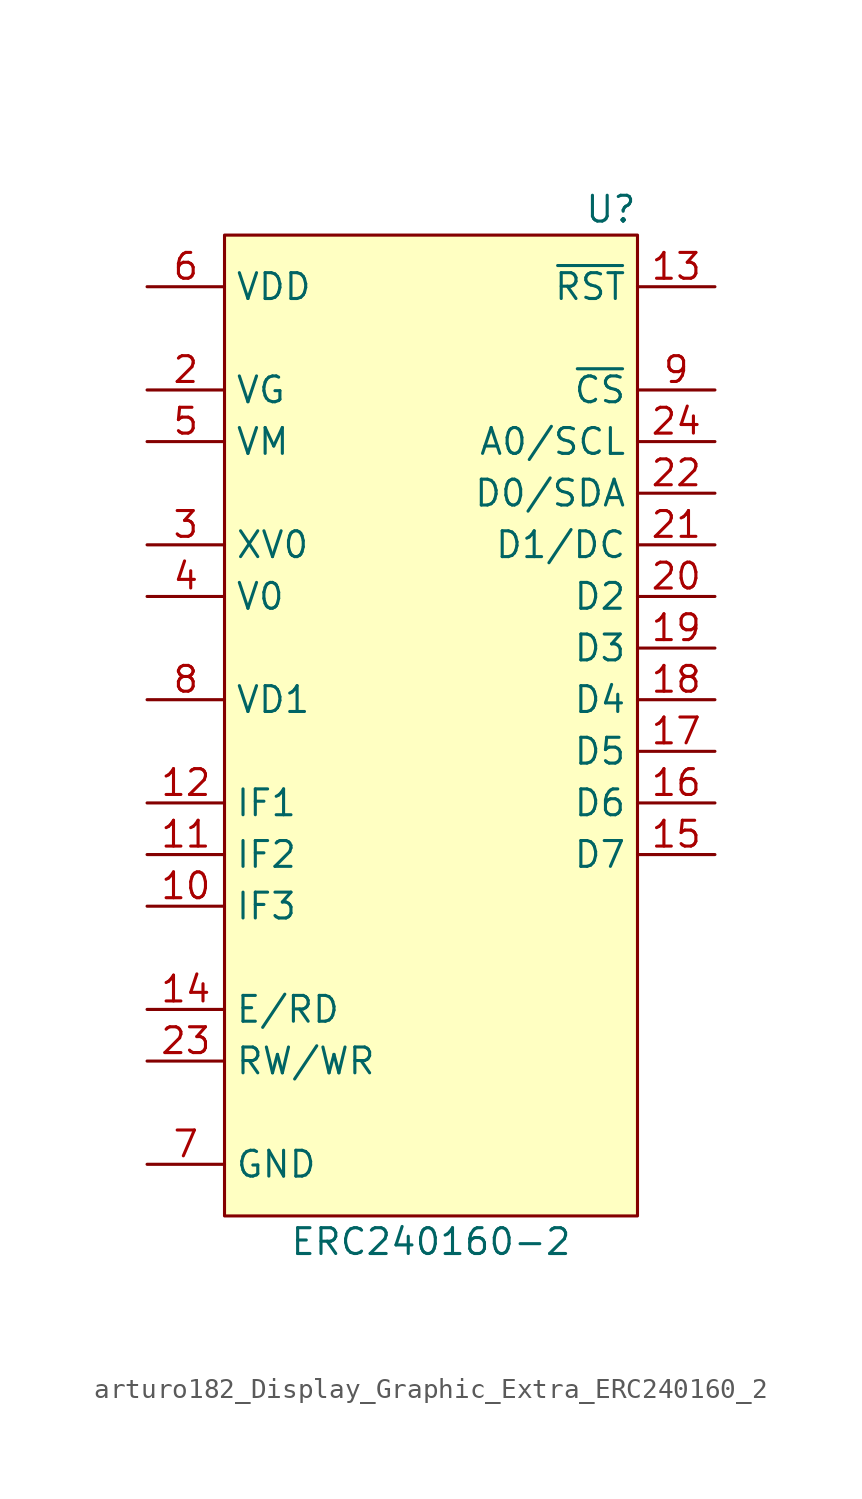
<source format=kicad_sym>
(kicad_symbol_lib
  (version 20220914)
  (generator kicad_symbol_editor)
  (symbol "arturo182_Display_Graphic_Extra_ERC240160_2"
    (property "Reference" "U"
      (at 10.16 25.4 0)
      (effects (font (size 1.27 1.27)) (justify right)))
    (property "Value" "ERC240160-2"
      (at 0 -25.4 0)
      (effects (font (size 1.27 1.27))))
    (symbol "arturo182_Display_Graphic_Extra_ERC240160_2_0_1"
      (rectangle (start -10.16 24.13) (end 10.16 -24.13) (stroke (width 0) (type default)) (fill (type background))))
    (symbol "arturo182_Display_Graphic_Extra_ERC240160_2_1_1"
      (pin passive line (at -13.97 -21.59 0) (length 3.81) hide (name "ESD" (effects (font (size 1.27 1.27)))) (number "1" (effects (font (size 1.27 1.27)))))
      (pin input line (at -13.97 -8.89 0) (length 3.81) (name "IF3" (effects (font (size 1.27 1.27)))) (number "10" (effects (font (size 1.27 1.27)))))
      (pin input line (at -13.97 -6.35 0) (length 3.81) (name "IF2" (effects (font (size 1.27 1.27)))) (number "11" (effects (font (size 1.27 1.27)))))
      (pin input line (at -13.97 -3.81 0) (length 3.81) (name "IF1" (effects (font (size 1.27 1.27)))) (number "12" (effects (font (size 1.27 1.27)))))
      (pin input line (at 13.97 21.59 180) (length 3.81) (name "~{RST}" (effects (font (size 1.27 1.27)))) (number "13" (effects (font (size 1.27 1.27)))))
      (pin input line (at -13.97 -13.97 0) (length 3.81) (name "E/RD" (effects (font (size 1.27 1.27)))) (number "14" (effects (font (size 1.27 1.27)))))
      (pin input line (at 13.97 -6.35 180) (length 3.81) (name "D7" (effects (font (size 1.27 1.27)))) (number "15" (effects (font (size 1.27 1.27)))))
      (pin input line (at 13.97 -3.81 180) (length 3.81) (name "D6" (effects (font (size 1.27 1.27)))) (number "16" (effects (font (size 1.27 1.27)))))
      (pin input line (at 13.97 -1.27 180) (length 3.81) (name "D5" (effects (font (size 1.27 1.27)))) (number "17" (effects (font (size 1.27 1.27)))))
      (pin input line (at 13.97 1.27 180) (length 3.81) (name "D4" (effects (font (size 1.27 1.27)))) (number "18" (effects (font (size 1.27 1.27)))))
      (pin input line (at 13.97 3.81 180) (length 3.81) (name "D3" (effects (font (size 1.27 1.27)))) (number "19" (effects (font (size 1.27 1.27)))))
      (pin input line (at -13.97 16.51 0) (length 3.81) (name "VG" (effects (font (size 1.27 1.27)))) (number "2" (effects (font (size 1.27 1.27)))))
      (pin input line (at 13.97 6.35 180) (length 3.81) (name "D2" (effects (font (size 1.27 1.27)))) (number "20" (effects (font (size 1.27 1.27)))))
      (pin input line (at 13.97 8.89 180) (length 3.81) (name "D1/DC" (effects (font (size 1.27 1.27)))) (number "21" (effects (font (size 1.27 1.27)))))
      (pin input line (at 13.97 11.43 180) (length 3.81) (name "D0/SDA" (effects (font (size 1.27 1.27)))) (number "22" (effects (font (size 1.27 1.27)))))
      (pin input line (at -13.97 -16.51 0) (length 3.81) (name "RW/WR" (effects (font (size 1.27 1.27)))) (number "23" (effects (font (size 1.27 1.27)))))
      (pin input line (at 13.97 13.97 180) (length 3.81) (name "A0/SCL" (effects (font (size 1.27 1.27)))) (number "24" (effects (font (size 1.27 1.27)))))
      (pin passive line (at -13.97 -21.59 0) (length 3.81) hide (name "ESD" (effects (font (size 1.27 1.27)))) (number "25" (effects (font (size 1.27 1.27)))))
      (pin input line (at -13.97 8.89 0) (length 3.81) (name "XV0" (effects (font (size 1.27 1.27)))) (number "3" (effects (font (size 1.27 1.27)))))
      (pin input line (at -13.97 6.35 0) (length 3.81) (name "V0" (effects (font (size 1.27 1.27)))) (number "4" (effects (font (size 1.27 1.27)))))
      (pin input line (at -13.97 13.97 0) (length 3.81) (name "VM" (effects (font (size 1.27 1.27)))) (number "5" (effects (font (size 1.27 1.27)))))
      (pin input line (at -13.97 21.59 0) (length 3.81) (name "VDD" (effects (font (size 1.27 1.27)))) (number "6" (effects (font (size 1.27 1.27)))))
      (pin input line (at -13.97 -21.59 0) (length 3.81) (name "GND" (effects (font (size 1.27 1.27)))) (number "7" (effects (font (size 1.27 1.27)))))
      (pin input line (at -13.97 1.27 0) (length 3.81) (name "VD1" (effects (font (size 1.27 1.27)))) (number "8" (effects (font (size 1.27 1.27)))))
      (pin input line (at 13.97 16.51 180) (length 3.81) (name "~{CS}" (effects (font (size 1.27 1.27)))) (number "9" (effects (font (size 1.27 1.27))))))))
</source>
